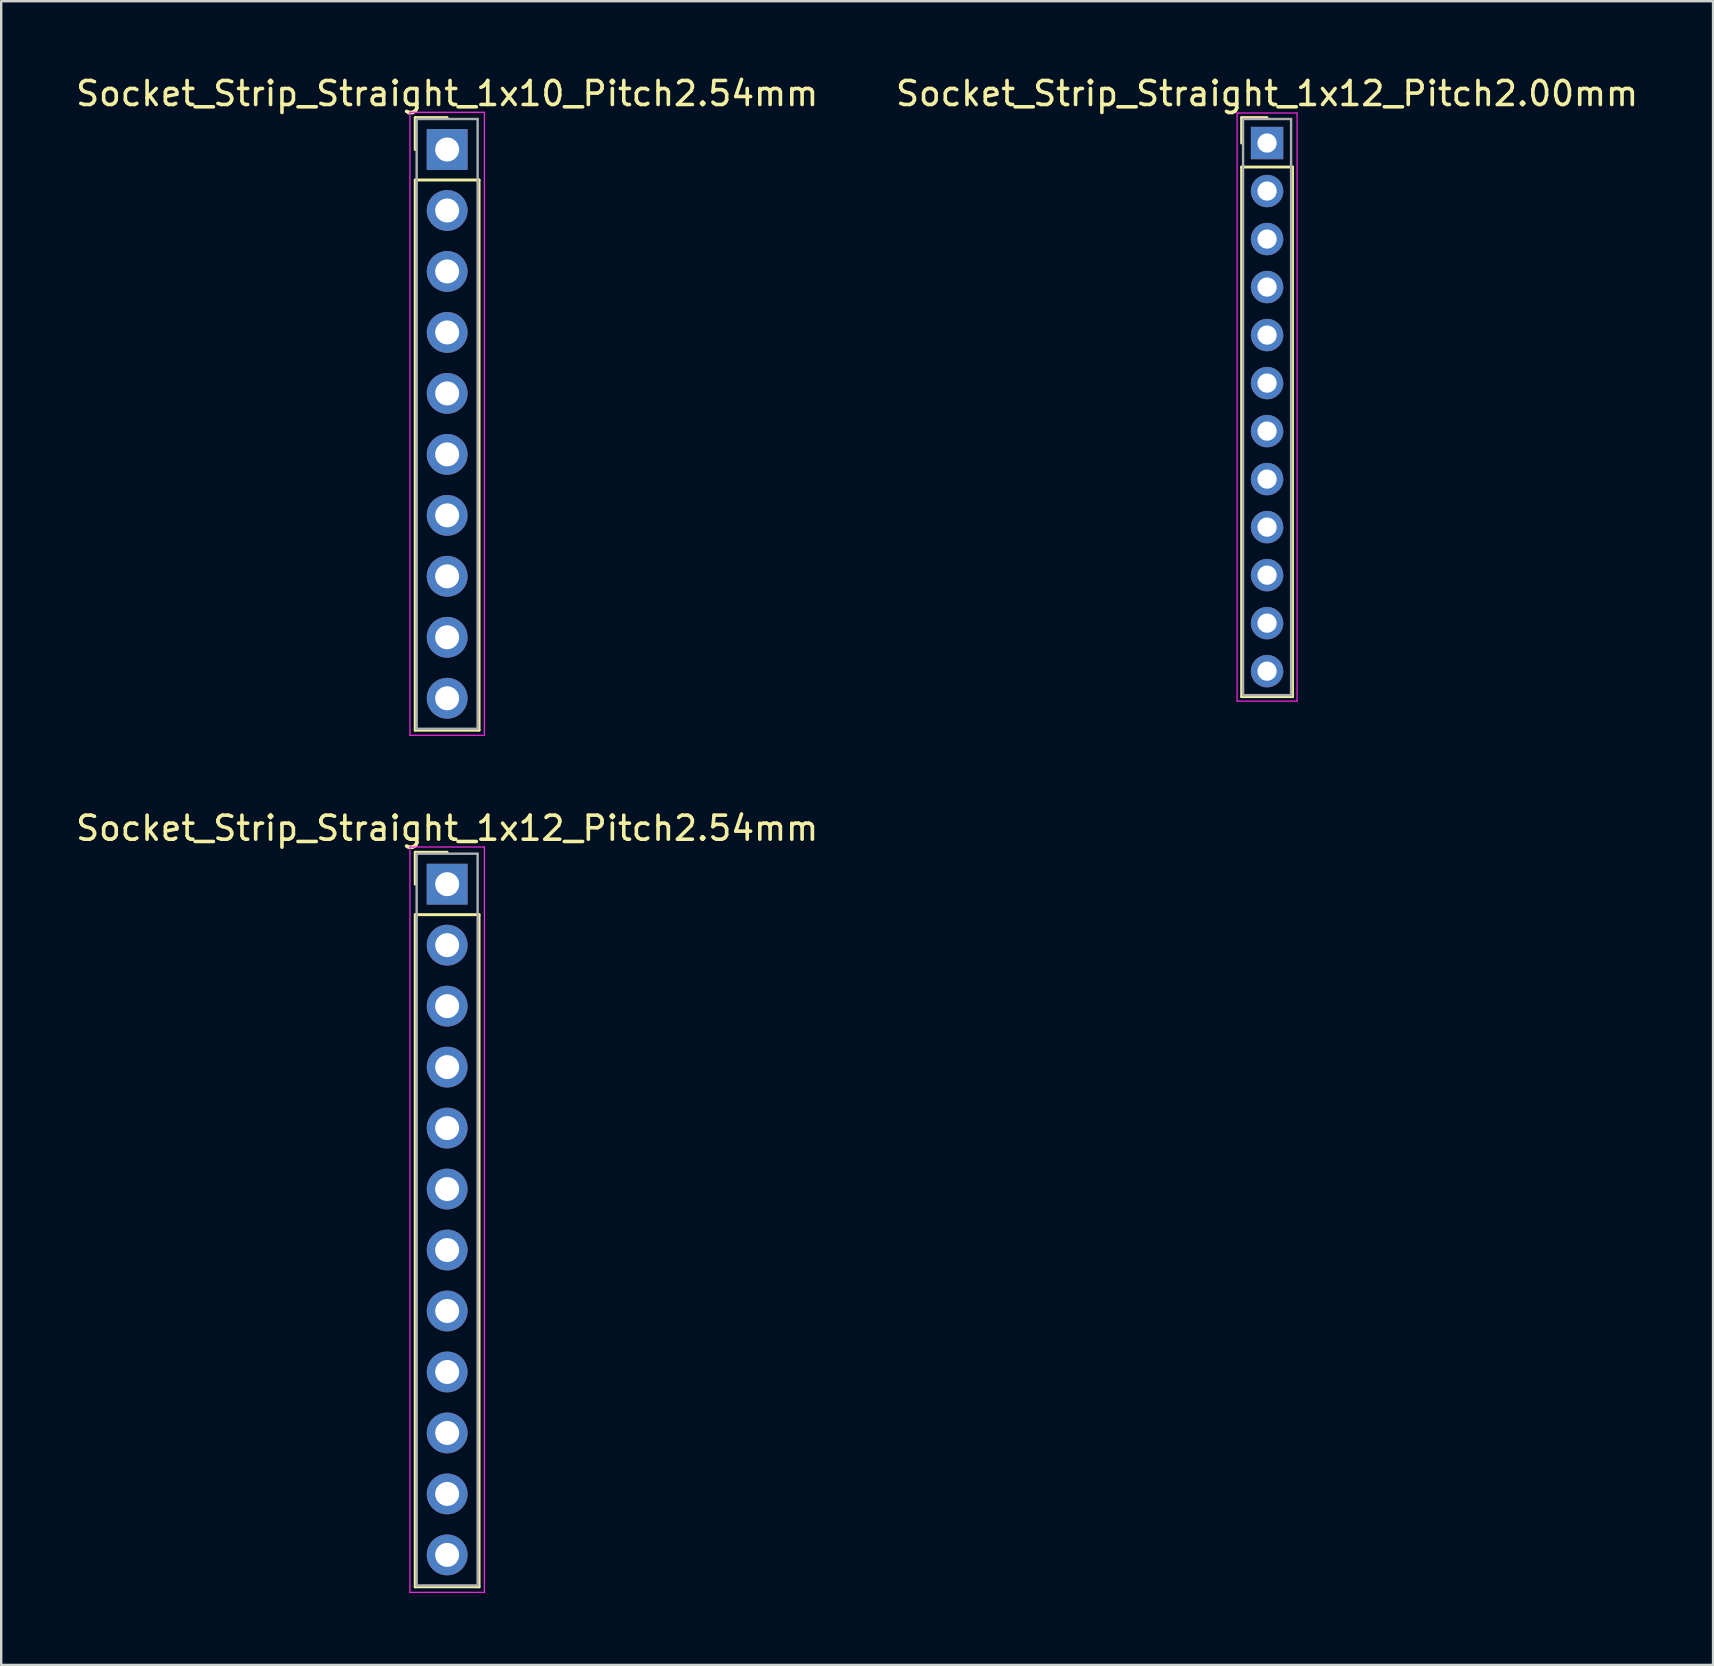
<source format=kicad_pcb>
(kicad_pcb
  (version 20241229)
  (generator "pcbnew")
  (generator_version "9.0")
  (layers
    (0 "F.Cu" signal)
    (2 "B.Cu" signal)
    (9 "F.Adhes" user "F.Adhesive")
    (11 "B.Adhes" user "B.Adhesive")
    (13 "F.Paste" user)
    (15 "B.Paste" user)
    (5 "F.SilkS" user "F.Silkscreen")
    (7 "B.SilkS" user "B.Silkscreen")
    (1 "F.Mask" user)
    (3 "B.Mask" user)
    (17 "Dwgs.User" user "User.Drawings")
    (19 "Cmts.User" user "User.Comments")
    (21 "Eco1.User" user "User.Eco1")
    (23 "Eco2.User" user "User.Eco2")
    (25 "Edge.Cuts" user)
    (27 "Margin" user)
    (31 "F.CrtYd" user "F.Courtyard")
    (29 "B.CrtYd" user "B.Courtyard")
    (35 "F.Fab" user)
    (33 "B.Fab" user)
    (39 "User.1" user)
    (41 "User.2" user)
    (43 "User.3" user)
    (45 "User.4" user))
  (footprint "Socket_Strip_Straight_1x10_Pitch2.54mm"
    (layer "F.Cu")
    (at 15.577 3.178)
    (property "Reference" "Socket_Strip_Straight_1x10_Pitch2.54mm" (at 0 -2.33 0) (layer "F.SilkS") (effects (font (size 1 1) (thickness 0.15))))
    (attr through_hole)
    (fp_line (start -1.33 -1.33) (end 0 -1.33) (stroke (width 0.12) (type solid)) (layer "F.SilkS"))
    (fp_line (start -1.33 0) (end -1.33 -1.33) (stroke (width 0.12) (type solid)) (layer "F.SilkS"))
    (fp_line (start -1.33 1.27) (end -1.33 24.19) (stroke (width 0.12) (type solid)) (layer "F.SilkS"))
    (fp_line (start -1.33 24.19) (end 1.33 24.19) (stroke (width 0.12) (type solid)) (layer "F.SilkS"))
    (fp_line (start 1.33 1.27) (end -1.33 1.27) (stroke (width 0.12) (type solid)) (layer "F.SilkS"))
    (fp_line (start 1.33 24.19) (end 1.33 1.27) (stroke (width 0.12) (type solid)) (layer "F.SilkS"))
    (fp_line (start -1.55 -1.55) (end -1.55 24.4) (stroke (width 0.05) (type solid)) (layer "F.CrtYd"))
    (fp_line (start -1.55 24.4) (end 1.55 24.4) (stroke (width 0.05) (type solid)) (layer "F.CrtYd"))
    (fp_line (start 1.55 -1.55) (end -1.55 -1.55) (stroke (width 0.05) (type solid)) (layer "F.CrtYd"))
    (fp_line (start 1.55 24.4) (end 1.55 -1.55) (stroke (width 0.05) (type solid)) (layer "F.CrtYd"))
    (fp_line (start -1.27 -1.27) (end -1.27 24.13) (stroke (width 0.1) (type solid)) (layer "F.Fab"))
    (fp_line (start -1.27 24.13) (end 1.27 24.13) (stroke (width 0.1) (type solid)) (layer "F.Fab"))
    (fp_line (start 1.27 -1.27) (end -1.27 -1.27) (stroke (width 0.1) (type solid)) (layer "F.Fab"))
    (fp_line (start 1.27 24.13) (end 1.27 -1.27) (stroke (width 0.1) (type solid)) (layer "F.Fab"))
    (pad "1" thru_hole rect (at 0 0) (size 1.7 1.7) (drill 1) (layers "*.Cu" "*.Mask"))
    (pad "2" thru_hole oval (at 0 2.54) (size 1.7 1.7) (drill 1) (layers "*.Cu" "*.Mask"))
    (pad "3" thru_hole oval (at 0 5.08) (size 1.7 1.7) (drill 1) (layers "*.Cu" "*.Mask"))
    (pad "4" thru_hole oval (at 0 7.62) (size 1.7 1.7) (drill 1) (layers "*.Cu" "*.Mask"))
    (pad "5" thru_hole oval (at 0 10.16) (size 1.7 1.7) (drill 1) (layers "*.Cu" "*.Mask"))
    (pad "6" thru_hole oval (at 0 12.7) (size 1.7 1.7) (drill 1) (layers "*.Cu" "*.Mask"))
    (pad "7" thru_hole oval (at 0 15.24) (size 1.7 1.7) (drill 1) (layers "*.Cu" "*.Mask"))
    (pad "8" thru_hole oval (at 0 17.78) (size 1.7 1.7) (drill 1) (layers "*.Cu" "*.Mask"))
    (pad "9" thru_hole oval (at 0 20.32) (size 1.7 1.7) (drill 1) (layers "*.Cu" "*.Mask"))
    (pad "10" thru_hole oval (at 0 22.86) (size 1.7 1.7) (drill 1) (layers "*.Cu" "*.Mask")))
  (footprint "Socket_Strip_Straight_1x12_Pitch2.00mm"
    (layer "F.Cu")
    (at 49.732 2.908)
    (property "Reference" "Socket_Strip_Straight_1x12_Pitch2.00mm" (at 0 -2.06 0) (layer "F.SilkS") (effects (font (size 1 1) (thickness 0.15))))
    (attr through_hole)
    (fp_line (start -1.06 -1.06) (end 0 -1.06) (stroke (width 0.12) (type solid)) (layer "F.SilkS"))
    (fp_line (start -1.06 0) (end -1.06 -1.06) (stroke (width 0.12) (type solid)) (layer "F.SilkS"))
    (fp_line (start -1.06 1) (end -1.06 23.06) (stroke (width 0.12) (type solid)) (layer "F.SilkS"))
    (fp_line (start -1.06 23.06) (end 1.06 23.06) (stroke (width 0.12) (type solid)) (layer "F.SilkS"))
    (fp_line (start 1.06 1) (end -1.06 1) (stroke (width 0.12) (type solid)) (layer "F.SilkS"))
    (fp_line (start 1.06 23.06) (end 1.06 1) (stroke (width 0.12) (type solid)) (layer "F.SilkS"))
    (fp_line (start -1.25 -1.25) (end -1.25 23.25) (stroke (width 0.05) (type solid)) (layer "F.CrtYd"))
    (fp_line (start -1.25 23.25) (end 1.25 23.25) (stroke (width 0.05) (type solid)) (layer "F.CrtYd"))
    (fp_line (start 1.25 -1.25) (end -1.25 -1.25) (stroke (width 0.05) (type solid)) (layer "F.CrtYd"))
    (fp_line (start 1.25 23.25) (end 1.25 -1.25) (stroke (width 0.05) (type solid)) (layer "F.CrtYd"))
    (fp_line (start -1 -1) (end -1 23) (stroke (width 0.1) (type solid)) (layer "F.Fab"))
    (fp_line (start -1 23) (end 1 23) (stroke (width 0.1) (type solid)) (layer "F.Fab"))
    (fp_line (start 1 -1) (end -1 -1) (stroke (width 0.1) (type solid)) (layer "F.Fab"))
    (fp_line (start 1 23) (end 1 -1) (stroke (width 0.1) (type solid)) (layer "F.Fab"))
    (pad "1" thru_hole rect (at 0 0) (size 1.35 1.35) (drill 0.8) (layers "*.Cu" "*.Mask"))
    (pad "2" thru_hole oval (at 0 2) (size 1.35 1.35) (drill 0.8) (layers "*.Cu" "*.Mask"))
    (pad "3" thru_hole oval (at 0 4) (size 1.35 1.35) (drill 0.8) (layers "*.Cu" "*.Mask"))
    (pad "4" thru_hole oval (at 0 6) (size 1.35 1.35) (drill 0.8) (layers "*.Cu" "*.Mask"))
    (pad "5" thru_hole oval (at 0 8) (size 1.35 1.35) (drill 0.8) (layers "*.Cu" "*.Mask"))
    (pad "6" thru_hole oval (at 0 10) (size 1.35 1.35) (drill 0.8) (layers "*.Cu" "*.Mask"))
    (pad "7" thru_hole oval (at 0 12) (size 1.35 1.35) (drill 0.8) (layers "*.Cu" "*.Mask"))
    (pad "8" thru_hole oval (at 0 14) (size 1.35 1.35) (drill 0.8) (layers "*.Cu" "*.Mask"))
    (pad "9" thru_hole oval (at 0 16) (size 1.35 1.35) (drill 0.8) (layers "*.Cu" "*.Mask"))
    (pad "10" thru_hole oval (at 0 18) (size 1.35 1.35) (drill 0.8) (layers "*.Cu" "*.Mask"))
    (pad "11" thru_hole oval (at 0 20) (size 1.35 1.35) (drill 0.8) (layers "*.Cu" "*.Mask"))
    (pad "12" thru_hole oval (at 0 22) (size 1.35 1.35) (drill 0.8) (layers "*.Cu" "*.Mask")))
  (footprint "Socket_Strip_Straight_1x12_Pitch2.54mm"
    (layer "F.Cu")
    (at 15.577 33.782)
    (property "Reference" "Socket_Strip_Straight_1x12_Pitch2.54mm" (at 0 -2.33 0) (layer "F.SilkS") (effects (font (size 1 1) (thickness 0.15))))
    (attr through_hole)
    (fp_line (start -1.33 -1.33) (end 0 -1.33) (stroke (width 0.12) (type solid)) (layer "F.SilkS"))
    (fp_line (start -1.33 0) (end -1.33 -1.33) (stroke (width 0.12) (type solid)) (layer "F.SilkS"))
    (fp_line (start -1.33 1.27) (end -1.33 29.27) (stroke (width 0.12) (type solid)) (layer "F.SilkS"))
    (fp_line (start -1.33 29.27) (end 1.33 29.27) (stroke (width 0.12) (type solid)) (layer "F.SilkS"))
    (fp_line (start 1.33 1.27) (end -1.33 1.27) (stroke (width 0.12) (type solid)) (layer "F.SilkS"))
    (fp_line (start 1.33 29.27) (end 1.33 1.27) (stroke (width 0.12) (type solid)) (layer "F.SilkS"))
    (fp_line (start -1.55 -1.55) (end -1.55 29.5) (stroke (width 0.05) (type solid)) (layer "F.CrtYd"))
    (fp_line (start -1.55 29.5) (end 1.55 29.5) (stroke (width 0.05) (type solid)) (layer "F.CrtYd"))
    (fp_line (start 1.55 -1.55) (end -1.55 -1.55) (stroke (width 0.05) (type solid)) (layer "F.CrtYd"))
    (fp_line (start 1.55 29.5) (end 1.55 -1.55) (stroke (width 0.05) (type solid)) (layer "F.CrtYd"))
    (fp_line (start -1.27 -1.27) (end -1.27 29.21) (stroke (width 0.1) (type solid)) (layer "F.Fab"))
    (fp_line (start -1.27 29.21) (end 1.27 29.21) (stroke (width 0.1) (type solid)) (layer "F.Fab"))
    (fp_line (start 1.27 -1.27) (end -1.27 -1.27) (stroke (width 0.1) (type solid)) (layer "F.Fab"))
    (fp_line (start 1.27 29.21) (end 1.27 -1.27) (stroke (width 0.1) (type solid)) (layer "F.Fab"))
    (pad "1" thru_hole rect (at 0 0) (size 1.7 1.7) (drill 1) (layers "*.Cu" "*.Mask"))
    (pad "2" thru_hole oval (at 0 2.54) (size 1.7 1.7) (drill 1) (layers "*.Cu" "*.Mask"))
    (pad "3" thru_hole oval (at 0 5.08) (size 1.7 1.7) (drill 1) (layers "*.Cu" "*.Mask"))
    (pad "4" thru_hole oval (at 0 7.62) (size 1.7 1.7) (drill 1) (layers "*.Cu" "*.Mask"))
    (pad "5" thru_hole oval (at 0 10.16) (size 1.7 1.7) (drill 1) (layers "*.Cu" "*.Mask"))
    (pad "6" thru_hole oval (at 0 12.7) (size 1.7 1.7) (drill 1) (layers "*.Cu" "*.Mask"))
    (pad "7" thru_hole oval (at 0 15.24) (size 1.7 1.7) (drill 1) (layers "*.Cu" "*.Mask"))
    (pad "8" thru_hole oval (at 0 17.78) (size 1.7 1.7) (drill 1) (layers "*.Cu" "*.Mask"))
    (pad "9" thru_hole oval (at 0 20.32) (size 1.7 1.7) (drill 1) (layers "*.Cu" "*.Mask"))
    (pad "10" thru_hole oval (at 0 22.86) (size 1.7 1.7) (drill 1) (layers "*.Cu" "*.Mask"))
    (pad "11" thru_hole oval (at 0 25.4) (size 1.7 1.7) (drill 1) (layers "*.Cu" "*.Mask"))
    (pad "12" thru_hole oval (at 0 27.94) (size 1.7 1.7) (drill 1) (layers "*.Cu" "*.Mask")))
  (gr_rect
    (start -3 -3)
    (end 68.31 66.306)
    (stroke (width 0.1) (type default))
    (fill no)
    (layer "Edge.Cuts")))
</source>
